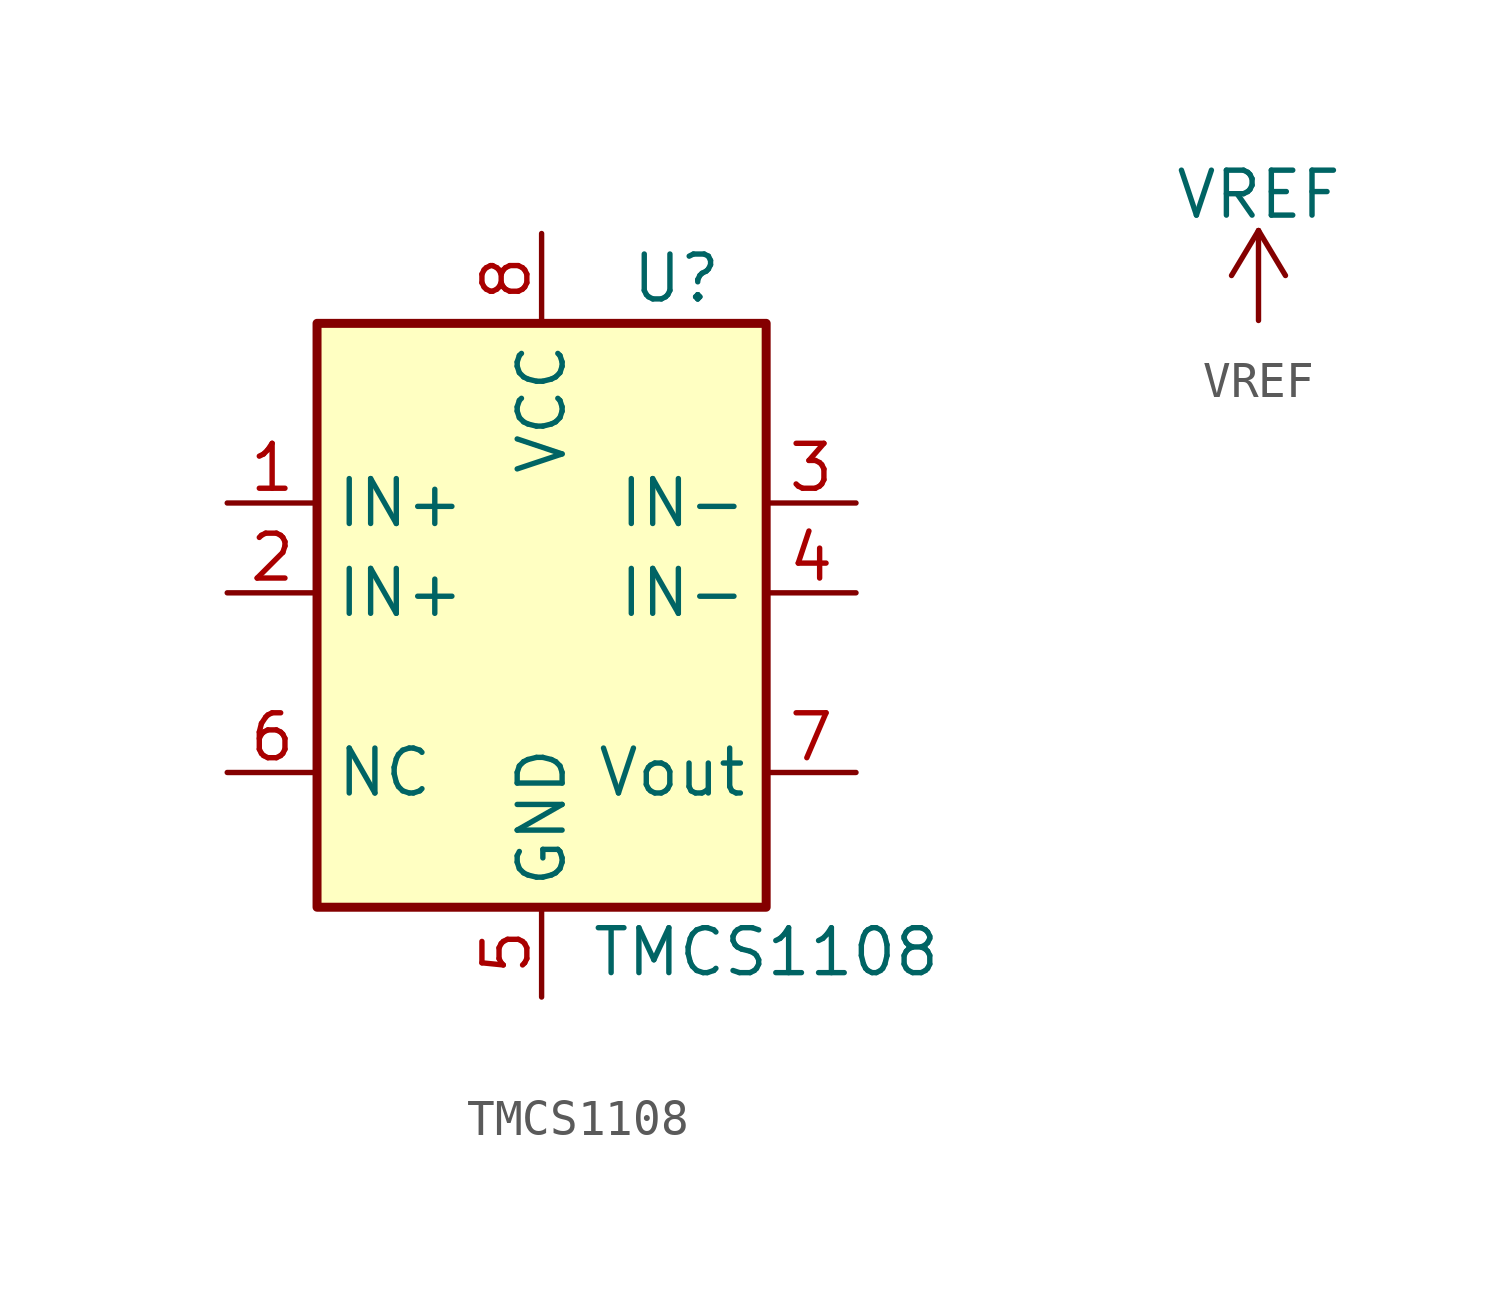
<source format=kicad_sym>
(kicad_symbol_lib
  (version 20220914)
  (generator kicad_symbol_editor)
  (symbol "TMCS1108"
    (property "Reference" "U"
      (at 3.81 11.43 0)
      (effects (font (size 1.27 1.27))))
    (property "Value" "TMCS1108"
      (at 6.35 -7.62 0)
      (effects (font (size 1.27 1.27))))
    (symbol "TMCS1108_1_1"
      (rectangle (start -6.35 10.16) (end 6.35 -6.35) (stroke (width 0.254) (type default)) (fill (type background)))
      (pin input line (at -8.89 5.08 0) (length 2.54) (name "IN+" (effects (font (size 1.27 1.27)))) (number "1" (effects (font (size 1.27 1.27)))))
      (pin input line (at -8.89 2.54 0) (length 2.54) (name "IN+" (effects (font (size 1.27 1.27)))) (number "2" (effects (font (size 1.27 1.27)))))
      (pin input line (at 8.89 5.08 180) (length 2.54) (name "IN-" (effects (font (size 1.27 1.27)))) (number "3" (effects (font (size 1.27 1.27)))))
      (pin input line (at 8.89 2.54 180) (length 2.54) (name "IN-" (effects (font (size 1.27 1.27)))) (number "4" (effects (font (size 1.27 1.27)))))
      (pin input line (at 0 -8.89 90) (length 2.54) (name "GND" (effects (font (size 1.27 1.27)))) (number "5" (effects (font (size 1.27 1.27)))))
      (pin input line (at -8.89 -2.54 0) (length 2.54) (name "NC" (effects (font (size 1.27 1.27)))) (number "6" (effects (font (size 1.27 1.27)))))
      (pin input line (at 8.89 -2.54 180) (length 2.54) (name "Vout" (effects (font (size 1.27 1.27)))) (number "7" (effects (font (size 1.27 1.27)))))
      (pin input line (at 0 12.7 270) (length 2.54) (name "VCC" (effects (font (size 1.27 1.27)))) (number "8" (effects (font (size 1.27 1.27)))))))
  (symbol "VREF"
    (power)
    (pin_names
      (offset 0))
    (property "Reference" "#PWR"
      (at 0 -3.81 0)
      (effects (font (size 1.27 1.27)) hide))
    (property "Value" "VREF"
      (at 0 3.556 0)
      (effects (font (size 1.27 1.27))))
    (symbol "VREF_0_1"
      (polyline (pts (xy -0.762 1.27) (xy 0 2.54)) (stroke (width 0) (type default)) (fill (type none)))
      (polyline (pts (xy 0 0) (xy 0 2.54)) (stroke (width 0) (type default)) (fill (type none)))
      (polyline (pts (xy 0 2.54) (xy 0.762 1.27)) (stroke (width 0) (type default)) (fill (type none))))
    (symbol "VREF_1_1"
      (pin power_in line (at 0 0 90) (length 0) hide (name "VREF" (effects (font (size 1.27 1.27)))) (number "1" (effects (font (size 1.27 1.27))))))))
</source>
